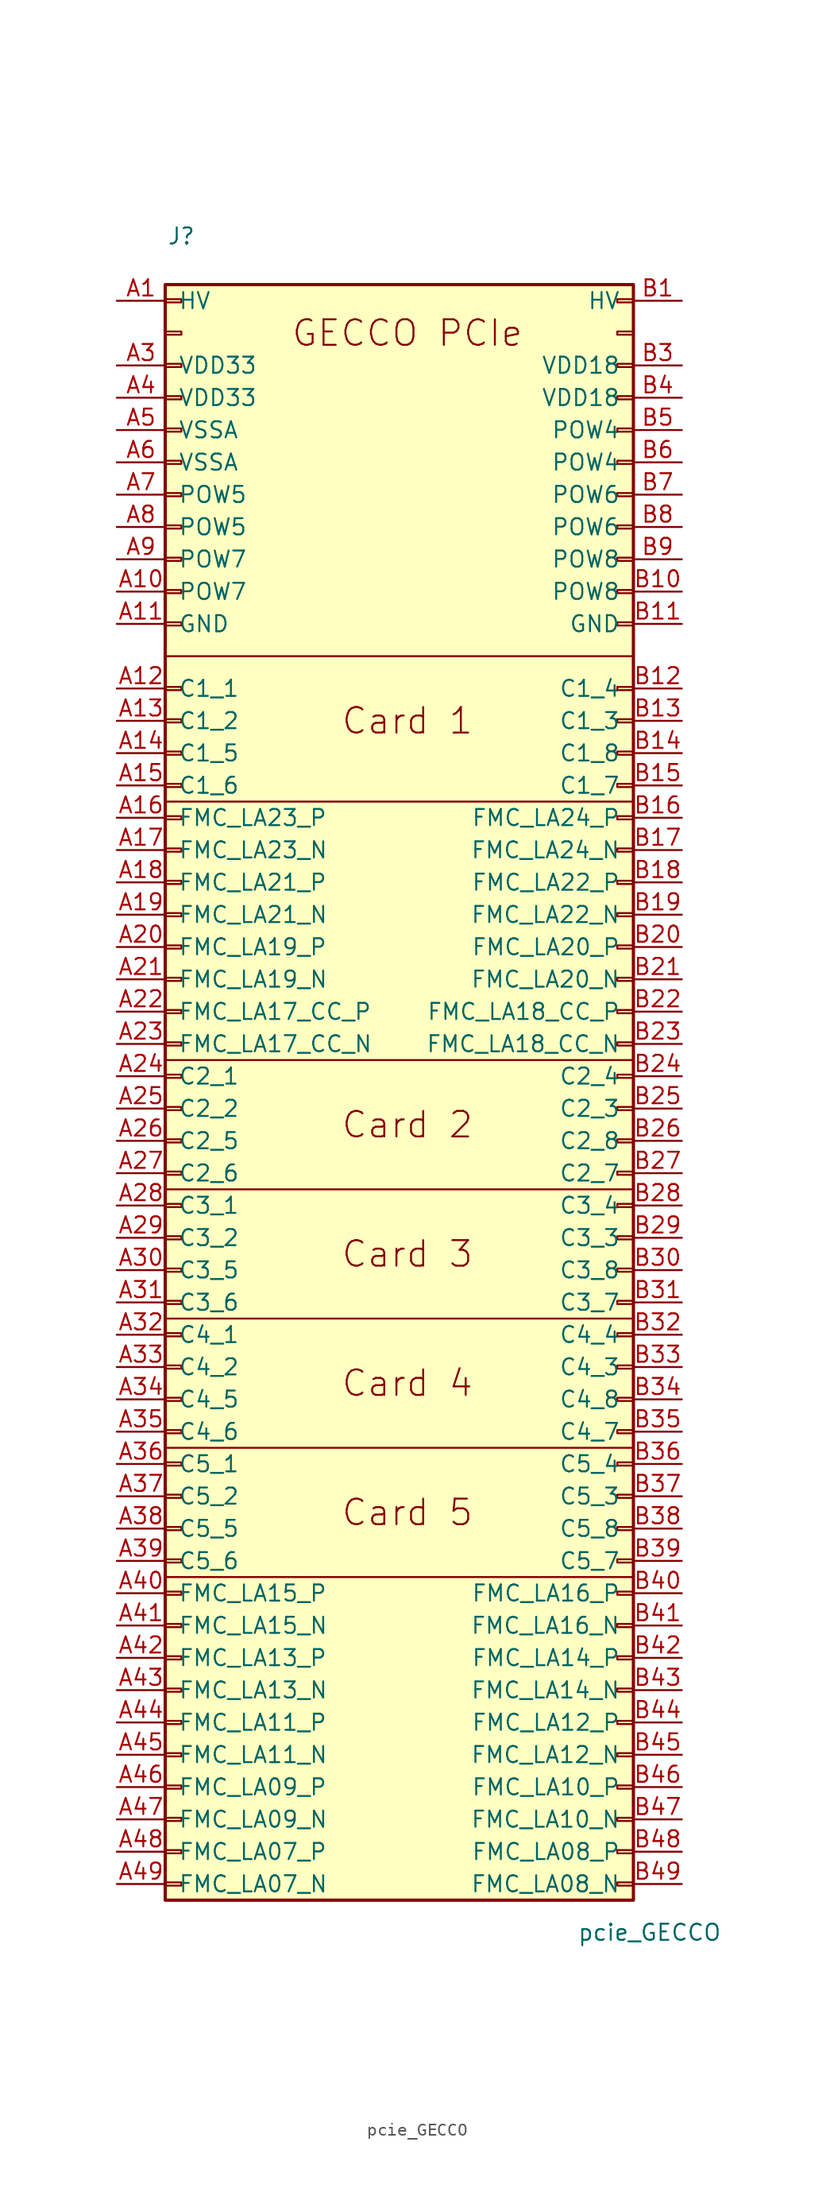
<source format=kicad_sym>
(kicad_symbol_lib
  (version 20231120)
  (generator "kicad_symbol_editor")
  (generator_version "8.0")
  (symbol "pcie_GECCO"
    (pin_names
      (offset 1.016))
    (property "Reference" "J"
      (at -17.78 62.23 0)
      (effects (font (size 1.27 1.27))))
    (property "Value" "pcie_GECCO"
      (at 19.05 -71.12 0)
      (effects (font (size 1.27 1.27))))
    (symbol "pcie_GECCO_0_0"
      (text "Card 1" (at 0 24.13 0) (effects (font (size 2.007 2.007)))))
    (symbol "pcie_GECCO_0_1"
      (polyline (pts (xy -19.05 -43.18) (xy 17.78 -43.18)) (stroke (width 0) (type default)) (fill (type none)))
      (polyline (pts (xy -19.05 -33.02) (xy 17.78 -33.02)) (stroke (width 0) (type default)) (fill (type none)))
      (polyline (pts (xy -19.05 -22.86) (xy 17.78 -22.86)) (stroke (width 0) (type default)) (fill (type none)))
      (polyline (pts (xy -19.05 -12.7) (xy 17.78 -12.7)) (stroke (width 0) (type default)) (fill (type none)))
      (polyline (pts (xy -19.05 -2.54) (xy 17.78 -2.54)) (stroke (width 0) (type default)) (fill (type none)))
      (polyline (pts (xy -19.05 17.78) (xy 17.78 17.78)) (stroke (width 0) (type default)) (fill (type none)))
      (polyline (pts (xy -19.05 29.21) (xy 17.78 29.21)) (stroke (width 0) (type default)) (fill (type none))))
    (symbol "pcie_GECCO_1_1"
      (rectangle (start -19.05 -67.183) (end -17.78 -67.437) (stroke (width 0.152) (type default)) (fill (type none)))
      (rectangle (start -19.05 -64.643) (end -17.78 -64.897) (stroke (width 0.152) (type default)) (fill (type none)))
      (rectangle (start -19.05 -62.103) (end -17.78 -62.357) (stroke (width 0.152) (type default)) (fill (type none)))
      (rectangle (start -19.05 -59.563) (end -17.78 -59.817) (stroke (width 0.152) (type default)) (fill (type none)))
      (rectangle (start -19.05 -57.023) (end -17.78 -57.277) (stroke (width 0.152) (type default)) (fill (type none)))
      (rectangle (start -19.05 -54.483) (end -17.78 -54.737) (stroke (width 0.152) (type default)) (fill (type none)))
      (rectangle (start -19.05 -51.943) (end -17.78 -52.197) (stroke (width 0.152) (type default)) (fill (type none)))
      (rectangle (start -19.05 -49.403) (end -17.78 -49.657) (stroke (width 0.152) (type default)) (fill (type none)))
      (rectangle (start -19.05 -46.863) (end -17.78 -47.117) (stroke (width 0.152) (type default)) (fill (type none)))
      (rectangle (start -19.05 -44.323) (end -17.78 -44.577) (stroke (width 0.152) (type default)) (fill (type none)))
      (rectangle (start -19.05 -41.783) (end -17.78 -42.037) (stroke (width 0.152) (type default)) (fill (type none)))
      (rectangle (start -19.05 -39.243) (end -17.78 -39.497) (stroke (width 0.152) (type default)) (fill (type none)))
      (rectangle (start -19.05 -36.703) (end -17.78 -36.957) (stroke (width 0.152) (type default)) (fill (type none)))
      (rectangle (start -19.05 -34.163) (end -17.78 -34.417) (stroke (width 0.152) (type default)) (fill (type none)))
      (rectangle (start -19.05 -31.623) (end -17.78 -31.877) (stroke (width 0.152) (type default)) (fill (type none)))
      (rectangle (start -19.05 -29.083) (end -17.78 -29.337) (stroke (width 0.152) (type default)) (fill (type none)))
      (rectangle (start -19.05 -26.543) (end -17.78 -26.797) (stroke (width 0.152) (type default)) (fill (type none)))
      (rectangle (start -19.05 -24.003) (end -17.78 -24.257) (stroke (width 0.152) (type default)) (fill (type none)))
      (rectangle (start -19.05 -21.463) (end -17.78 -21.717) (stroke (width 0.152) (type default)) (fill (type none)))
      (rectangle (start -19.05 -18.923) (end -17.78 -19.177) (stroke (width 0.152) (type default)) (fill (type none)))
      (rectangle (start -19.05 -16.383) (end -17.78 -16.637) (stroke (width 0.152) (type default)) (fill (type none)))
      (rectangle (start -19.05 -13.843) (end -17.78 -14.097) (stroke (width 0.152) (type default)) (fill (type none)))
      (rectangle (start -19.05 -11.303) (end -17.78 -11.557) (stroke (width 0.152) (type default)) (fill (type none)))
      (rectangle (start -19.05 -8.763) (end -17.78 -9.017) (stroke (width 0.152) (type default)) (fill (type none)))
      (rectangle (start -19.05 -6.223) (end -17.78 -6.477) (stroke (width 0.152) (type default)) (fill (type none)))
      (rectangle (start -19.05 -3.683) (end -17.78 -3.937) (stroke (width 0.152) (type default)) (fill (type none)))
      (rectangle (start -19.05 -1.143) (end -17.78 -1.397) (stroke (width 0.152) (type default)) (fill (type none)))
      (rectangle (start -19.05 1.397) (end -17.78 1.143) (stroke (width 0.152) (type default)) (fill (type none)))
      (rectangle (start -19.05 3.937) (end -17.78 3.683) (stroke (width 0.152) (type default)) (fill (type none)))
      (rectangle (start -19.05 6.477) (end -17.78 6.223) (stroke (width 0.152) (type default)) (fill (type none)))
      (rectangle (start -19.05 9.017) (end -17.78 8.763) (stroke (width 0.152) (type default)) (fill (type none)))
      (rectangle (start -19.05 11.557) (end -17.78 11.303) (stroke (width 0.152) (type default)) (fill (type none)))
      (rectangle (start -19.05 14.097) (end -17.78 13.843) (stroke (width 0.152) (type default)) (fill (type none)))
      (rectangle (start -19.05 16.637) (end -17.78 16.383) (stroke (width 0.152) (type default)) (fill (type none)))
      (rectangle (start -19.05 19.177) (end -17.78 18.923) (stroke (width 0.152) (type default)) (fill (type none)))
      (rectangle (start -19.05 21.717) (end -17.78 21.463) (stroke (width 0.152) (type default)) (fill (type none)))
      (rectangle (start -19.05 24.257) (end -17.78 24.003) (stroke (width 0.152) (type default)) (fill (type none)))
      (rectangle (start -19.05 26.797) (end -17.78 26.543) (stroke (width 0.152) (type default)) (fill (type none)))
      (rectangle (start -19.05 31.877) (end -17.78 31.623) (stroke (width 0.152) (type default)) (fill (type none)))
      (rectangle (start -19.05 34.417) (end -17.78 34.163) (stroke (width 0.152) (type default)) (fill (type none)))
      (rectangle (start -19.05 36.957) (end -17.78 36.703) (stroke (width 0.152) (type default)) (fill (type none)))
      (rectangle (start -19.05 39.497) (end -17.78 39.243) (stroke (width 0.152) (type default)) (fill (type none)))
      (rectangle (start -19.05 42.037) (end -17.78 41.783) (stroke (width 0.152) (type default)) (fill (type none)))
      (rectangle (start -19.05 44.577) (end -17.78 44.323) (stroke (width 0.152) (type default)) (fill (type none)))
      (rectangle (start -19.05 47.117) (end -17.78 46.863) (stroke (width 0.152) (type default)) (fill (type none)))
      (rectangle (start -19.05 49.657) (end -17.78 49.403) (stroke (width 0.152) (type default)) (fill (type none)))
      (rectangle (start -19.05 52.197) (end -17.78 51.943) (stroke (width 0.152) (type default)) (fill (type none)))
      (rectangle (start -19.05 54.737) (end -17.78 54.483) (stroke (width 0.152) (type default)) (fill (type none)))
      (rectangle (start -19.05 57.277) (end -17.78 57.023) (stroke (width 0.152) (type default)) (fill (type none)))
      (rectangle (start -19.05 58.42) (end 17.78 -68.58) (stroke (width 0.254) (type default)) (fill (type background)))
      (rectangle (start 17.78 -67.183) (end 16.51 -67.437) (stroke (width 0.152) (type default)) (fill (type none)))
      (rectangle (start 17.78 -64.643) (end 16.51 -64.897) (stroke (width 0.152) (type default)) (fill (type none)))
      (rectangle (start 17.78 -62.103) (end 16.51 -62.357) (stroke (width 0.152) (type default)) (fill (type none)))
      (rectangle (start 17.78 -59.563) (end 16.51 -59.817) (stroke (width 0.152) (type default)) (fill (type none)))
      (rectangle (start 17.78 -57.023) (end 16.51 -57.277) (stroke (width 0.152) (type default)) (fill (type none)))
      (rectangle (start 17.78 -54.483) (end 16.51 -54.737) (stroke (width 0.152) (type default)) (fill (type none)))
      (rectangle (start 17.78 -51.943) (end 16.51 -52.197) (stroke (width 0.152) (type default)) (fill (type none)))
      (rectangle (start 17.78 -49.403) (end 16.51 -49.657) (stroke (width 0.152) (type default)) (fill (type none)))
      (rectangle (start 17.78 -46.863) (end 16.51 -47.117) (stroke (width 0.152) (type default)) (fill (type none)))
      (rectangle (start 17.78 -44.323) (end 16.51 -44.577) (stroke (width 0.152) (type default)) (fill (type none)))
      (rectangle (start 17.78 -41.783) (end 16.51 -42.037) (stroke (width 0.152) (type default)) (fill (type none)))
      (rectangle (start 17.78 -39.243) (end 16.51 -39.497) (stroke (width 0.152) (type default)) (fill (type none)))
      (rectangle (start 17.78 -36.703) (end 16.51 -36.957) (stroke (width 0.152) (type default)) (fill (type none)))
      (rectangle (start 17.78 -34.163) (end 16.51 -34.417) (stroke (width 0.152) (type default)) (fill (type none)))
      (rectangle (start 17.78 -31.623) (end 16.51 -31.877) (stroke (width 0.152) (type default)) (fill (type none)))
      (rectangle (start 17.78 -29.083) (end 16.51 -29.337) (stroke (width 0.152) (type default)) (fill (type none)))
      (rectangle (start 17.78 -26.543) (end 16.51 -26.797) (stroke (width 0.152) (type default)) (fill (type none)))
      (rectangle (start 17.78 -24.003) (end 16.51 -24.257) (stroke (width 0.152) (type default)) (fill (type none)))
      (rectangle (start 17.78 -21.463) (end 16.51 -21.717) (stroke (width 0.152) (type default)) (fill (type none)))
      (rectangle (start 17.78 -18.923) (end 16.51 -19.177) (stroke (width 0.152) (type default)) (fill (type none)))
      (rectangle (start 17.78 -16.383) (end 16.51 -16.637) (stroke (width 0.152) (type default)) (fill (type none)))
      (rectangle (start 17.78 -13.843) (end 16.51 -14.097) (stroke (width 0.152) (type default)) (fill (type none)))
      (rectangle (start 17.78 -11.303) (end 16.51 -11.557) (stroke (width 0.152) (type default)) (fill (type none)))
      (rectangle (start 17.78 -8.763) (end 16.51 -9.017) (stroke (width 0.152) (type default)) (fill (type none)))
      (rectangle (start 17.78 -6.223) (end 16.51 -6.477) (stroke (width 0.152) (type default)) (fill (type none)))
      (rectangle (start 17.78 -3.683) (end 16.51 -3.937) (stroke (width 0.152) (type default)) (fill (type none)))
      (rectangle (start 17.78 -1.143) (end 16.51 -1.397) (stroke (width 0.152) (type default)) (fill (type none)))
      (rectangle (start 17.78 1.397) (end 16.51 1.143) (stroke (width 0.152) (type default)) (fill (type none)))
      (rectangle (start 17.78 3.937) (end 16.51 3.683) (stroke (width 0.152) (type default)) (fill (type none)))
      (rectangle (start 17.78 6.477) (end 16.51 6.223) (stroke (width 0.152) (type default)) (fill (type none)))
      (rectangle (start 17.78 9.017) (end 16.51 8.763) (stroke (width 0.152) (type default)) (fill (type none)))
      (rectangle (start 17.78 11.557) (end 16.51 11.303) (stroke (width 0.152) (type default)) (fill (type none)))
      (rectangle (start 17.78 14.097) (end 16.51 13.843) (stroke (width 0.152) (type default)) (fill (type none)))
      (rectangle (start 17.78 16.637) (end 16.51 16.383) (stroke (width 0.152) (type default)) (fill (type none)))
      (rectangle (start 17.78 19.177) (end 16.51 18.923) (stroke (width 0.152) (type default)) (fill (type none)))
      (rectangle (start 17.78 21.717) (end 16.51 21.463) (stroke (width 0.152) (type default)) (fill (type none)))
      (rectangle (start 17.78 24.257) (end 16.51 24.003) (stroke (width 0.152) (type default)) (fill (type none)))
      (rectangle (start 17.78 26.797) (end 16.51 26.543) (stroke (width 0.152) (type default)) (fill (type none)))
      (rectangle (start 17.78 31.877) (end 16.51 31.623) (stroke (width 0.152) (type default)) (fill (type none)))
      (rectangle (start 17.78 34.417) (end 16.51 34.163) (stroke (width 0.152) (type default)) (fill (type none)))
      (rectangle (start 17.78 36.957) (end 16.51 36.703) (stroke (width 0.152) (type default)) (fill (type none)))
      (rectangle (start 17.78 39.497) (end 16.51 39.243) (stroke (width 0.152) (type default)) (fill (type none)))
      (rectangle (start 17.78 42.037) (end 16.51 41.783) (stroke (width 0.152) (type default)) (fill (type none)))
      (rectangle (start 17.78 44.577) (end 16.51 44.323) (stroke (width 0.152) (type default)) (fill (type none)))
      (rectangle (start 17.78 47.117) (end 16.51 46.863) (stroke (width 0.152) (type default)) (fill (type none)))
      (rectangle (start 17.78 49.657) (end 16.51 49.403) (stroke (width 0.152) (type default)) (fill (type none)))
      (rectangle (start 17.78 52.197) (end 16.51 51.943) (stroke (width 0.152) (type default)) (fill (type none)))
      (rectangle (start 17.78 54.737) (end 16.51 54.483) (stroke (width 0.152) (type default)) (fill (type none)))
      (rectangle (start 17.78 57.277) (end 16.51 57.023) (stroke (width 0.152) (type default)) (fill (type none)))
      (text "Card 2" (at 0 -7.62 0) (effects (font (size 2.007 2.007))))
      (text "Card 3" (at 0 -17.78 0) (effects (font (size 2.007 2.007))))
      (text "Card 4" (at 0 -27.94 0) (effects (font (size 2.007 2.007))))
      (text "Card 5" (at 0 -38.1 0) (effects (font (size 2.007 2.007))))
      (text "GECCO PCIe" (at 0 54.61 0) (effects (font (size 2.007 2.007))))
      (pin passive line (at -22.86 57.15 0) (length 3.81) (name "HV" (effects (font (size 1.27 1.27)))) (number "A1" (effects (font (size 1.27 1.27)))))
      (pin passive line (at -22.86 34.29 0) (length 3.81) (name "POW7" (effects (font (size 1.27 1.27)))) (number "A10" (effects (font (size 1.27 1.27)))))
      (pin passive line (at -22.86 31.75 0) (length 3.81) (name "GND" (effects (font (size 1.27 1.27)))) (number "A11" (effects (font (size 1.27 1.27)))))
      (pin passive line (at -22.86 26.67 0) (length 3.81) (name "C1_1" (effects (font (size 1.27 1.27)))) (number "A12" (effects (font (size 1.27 1.27)))))
      (pin passive line (at -22.86 24.13 0) (length 3.81) (name "C1_2" (effects (font (size 1.27 1.27)))) (number "A13" (effects (font (size 1.27 1.27)))))
      (pin passive line (at -22.86 21.59 0) (length 3.81) (name "C1_5" (effects (font (size 1.27 1.27)))) (number "A14" (effects (font (size 1.27 1.27)))))
      (pin passive line (at -22.86 19.05 0) (length 3.81) (name "C1_6" (effects (font (size 1.27 1.27)))) (number "A15" (effects (font (size 1.27 1.27)))))
      (pin passive line (at -22.86 16.51 0) (length 3.81) (name "FMC_LA23_P" (effects (font (size 1.27 1.27)))) (number "A16" (effects (font (size 1.27 1.27)))))
      (pin passive line (at -22.86 13.97 0) (length 3.81) (name "FMC_LA23_N" (effects (font (size 1.27 1.27)))) (number "A17" (effects (font (size 1.27 1.27)))))
      (pin passive line (at -22.86 11.43 0) (length 3.81) (name "FMC_LA21_P" (effects (font (size 1.27 1.27)))) (number "A18" (effects (font (size 1.27 1.27)))))
      (pin passive line (at -22.86 8.89 0) (length 3.81) (name "FMC_LA21_N" (effects (font (size 1.27 1.27)))) (number "A19" (effects (font (size 1.27 1.27)))))
      (pin passive line (at -22.86 6.35 0) (length 3.81) (name "FMC_LA19_P" (effects (font (size 1.27 1.27)))) (number "A20" (effects (font (size 1.27 1.27)))))
      (pin passive line (at -22.86 3.81 0) (length 3.81) (name "FMC_LA19_N" (effects (font (size 1.27 1.27)))) (number "A21" (effects (font (size 1.27 1.27)))))
      (pin passive line (at -22.86 1.27 0) (length 3.81) (name "FMC_LA17_CC_P" (effects (font (size 1.27 1.27)))) (number "A22" (effects (font (size 1.27 1.27)))))
      (pin passive line (at -22.86 -1.27 0) (length 3.81) (name "FMC_LA17_CC_N" (effects (font (size 1.27 1.27)))) (number "A23" (effects (font (size 1.27 1.27)))))
      (pin passive line (at -22.86 -3.81 0) (length 3.81) (name "C2_1" (effects (font (size 1.27 1.27)))) (number "A24" (effects (font (size 1.27 1.27)))))
      (pin passive line (at -22.86 -6.35 0) (length 3.81) (name "C2_2" (effects (font (size 1.27 1.27)))) (number "A25" (effects (font (size 1.27 1.27)))))
      (pin passive line (at -22.86 -8.89 0) (length 3.81) (name "C2_5" (effects (font (size 1.27 1.27)))) (number "A26" (effects (font (size 1.27 1.27)))))
      (pin passive line (at -22.86 -11.43 0) (length 3.81) (name "C2_6" (effects (font (size 1.27 1.27)))) (number "A27" (effects (font (size 1.27 1.27)))))
      (pin passive line (at -22.86 -13.97 0) (length 3.81) (name "C3_1" (effects (font (size 1.27 1.27)))) (number "A28" (effects (font (size 1.27 1.27)))))
      (pin passive line (at -22.86 -16.51 0) (length 3.81) (name "C3_2" (effects (font (size 1.27 1.27)))) (number "A29" (effects (font (size 1.27 1.27)))))
      (pin passive line (at -22.86 52.07 0) (length 3.81) (name "VDD33" (effects (font (size 1.27 1.27)))) (number "A3" (effects (font (size 1.27 1.27)))))
      (pin passive line (at -22.86 -19.05 0) (length 3.81) (name "C3_5" (effects (font (size 1.27 1.27)))) (number "A30" (effects (font (size 1.27 1.27)))))
      (pin passive line (at -22.86 -21.59 0) (length 3.81) (name "C3_6" (effects (font (size 1.27 1.27)))) (number "A31" (effects (font (size 1.27 1.27)))))
      (pin passive line (at -22.86 -24.13 0) (length 3.81) (name "C4_1" (effects (font (size 1.27 1.27)))) (number "A32" (effects (font (size 1.27 1.27)))))
      (pin passive line (at -22.86 -26.67 0) (length 3.81) (name "C4_2" (effects (font (size 1.27 1.27)))) (number "A33" (effects (font (size 1.27 1.27)))))
      (pin passive line (at -22.86 -29.21 0) (length 3.81) (name "C4_5" (effects (font (size 1.27 1.27)))) (number "A34" (effects (font (size 1.27 1.27)))))
      (pin passive line (at -22.86 -31.75 0) (length 3.81) (name "C4_6" (effects (font (size 1.27 1.27)))) (number "A35" (effects (font (size 1.27 1.27)))))
      (pin passive line (at -22.86 -34.29 0) (length 3.81) (name "C5_1" (effects (font (size 1.27 1.27)))) (number "A36" (effects (font (size 1.27 1.27)))))
      (pin passive line (at -22.86 -36.83 0) (length 3.81) (name "C5_2" (effects (font (size 1.27 1.27)))) (number "A37" (effects (font (size 1.27 1.27)))))
      (pin passive line (at -22.86 -39.37 0) (length 3.81) (name "C5_5" (effects (font (size 1.27 1.27)))) (number "A38" (effects (font (size 1.27 1.27)))))
      (pin passive line (at -22.86 -41.91 0) (length 3.81) (name "C5_6" (effects (font (size 1.27 1.27)))) (number "A39" (effects (font (size 1.27 1.27)))))
      (pin passive line (at -22.86 49.53 0) (length 3.81) (name "VDD33" (effects (font (size 1.27 1.27)))) (number "A4" (effects (font (size 1.27 1.27)))))
      (pin passive line (at -22.86 -44.45 0) (length 3.81) (name "FMC_LA15_P" (effects (font (size 1.27 1.27)))) (number "A40" (effects (font (size 1.27 1.27)))))
      (pin passive line (at -22.86 -46.99 0) (length 3.81) (name "FMC_LA15_N" (effects (font (size 1.27 1.27)))) (number "A41" (effects (font (size 1.27 1.27)))))
      (pin passive line (at -22.86 -49.53 0) (length 3.81) (name "FMC_LA13_P" (effects (font (size 1.27 1.27)))) (number "A42" (effects (font (size 1.27 1.27)))))
      (pin passive line (at -22.86 -52.07 0) (length 3.81) (name "FMC_LA13_N" (effects (font (size 1.27 1.27)))) (number "A43" (effects (font (size 1.27 1.27)))))
      (pin passive line (at -22.86 -54.61 0) (length 3.81) (name "FMC_LA11_P" (effects (font (size 1.27 1.27)))) (number "A44" (effects (font (size 1.27 1.27)))))
      (pin passive line (at -22.86 -57.15 0) (length 3.81) (name "FMC_LA11_N" (effects (font (size 1.27 1.27)))) (number "A45" (effects (font (size 1.27 1.27)))))
      (pin passive line (at -22.86 -59.69 0) (length 3.81) (name "FMC_LA09_P" (effects (font (size 1.27 1.27)))) (number "A46" (effects (font (size 1.27 1.27)))))
      (pin passive line (at -22.86 -62.23 0) (length 3.81) (name "FMC_LA09_N" (effects (font (size 1.27 1.27)))) (number "A47" (effects (font (size 1.27 1.27)))))
      (pin passive line (at -22.86 -64.77 0) (length 3.81) (name "FMC_LA07_P" (effects (font (size 1.27 1.27)))) (number "A48" (effects (font (size 1.27 1.27)))))
      (pin passive line (at -22.86 -67.31 0) (length 3.81) (name "FMC_LA07_N" (effects (font (size 1.27 1.27)))) (number "A49" (effects (font (size 1.27 1.27)))))
      (pin passive line (at -22.86 46.99 0) (length 3.81) (name "VSSA" (effects (font (size 1.27 1.27)))) (number "A5" (effects (font (size 1.27 1.27)))))
      (pin passive line (at -22.86 44.45 0) (length 3.81) (name "VSSA" (effects (font (size 1.27 1.27)))) (number "A6" (effects (font (size 1.27 1.27)))))
      (pin passive line (at -22.86 41.91 0) (length 3.81) (name "POW5" (effects (font (size 1.27 1.27)))) (number "A7" (effects (font (size 1.27 1.27)))))
      (pin passive line (at -22.86 39.37 0) (length 3.81) (name "POW5" (effects (font (size 1.27 1.27)))) (number "A8" (effects (font (size 1.27 1.27)))))
      (pin passive line (at -22.86 36.83 0) (length 3.81) (name "POW7" (effects (font (size 1.27 1.27)))) (number "A9" (effects (font (size 1.27 1.27)))))
      (pin passive line (at 21.59 57.15 180) (length 3.81) (name "HV" (effects (font (size 1.27 1.27)))) (number "B1" (effects (font (size 1.27 1.27)))))
      (pin passive line (at 21.59 34.29 180) (length 3.81) (name "POW8" (effects (font (size 1.27 1.27)))) (number "B10" (effects (font (size 1.27 1.27)))))
      (pin passive line (at 21.59 31.75 180) (length 3.81) (name "GND" (effects (font (size 1.27 1.27)))) (number "B11" (effects (font (size 1.27 1.27)))))
      (pin passive line (at 21.59 26.67 180) (length 3.81) (name "C1_4" (effects (font (size 1.27 1.27)))) (number "B12" (effects (font (size 1.27 1.27)))))
      (pin passive line (at 21.59 24.13 180) (length 3.81) (name "C1_3" (effects (font (size 1.27 1.27)))) (number "B13" (effects (font (size 1.27 1.27)))))
      (pin passive line (at 21.59 21.59 180) (length 3.81) (name "C1_8" (effects (font (size 1.27 1.27)))) (number "B14" (effects (font (size 1.27 1.27)))))
      (pin passive line (at 21.59 19.05 180) (length 3.81) (name "C1_7" (effects (font (size 1.27 1.27)))) (number "B15" (effects (font (size 1.27 1.27)))))
      (pin passive line (at 21.59 16.51 180) (length 3.81) (name "FMC_LA24_P" (effects (font (size 1.27 1.27)))) (number "B16" (effects (font (size 1.27 1.27)))))
      (pin passive line (at 21.59 13.97 180) (length 3.81) (name "FMC_LA24_N" (effects (font (size 1.27 1.27)))) (number "B17" (effects (font (size 1.27 1.27)))))
      (pin passive line (at 21.59 11.43 180) (length 3.81) (name "FMC_LA22_P" (effects (font (size 1.27 1.27)))) (number "B18" (effects (font (size 1.27 1.27)))))
      (pin passive line (at 21.59 8.89 180) (length 3.81) (name "FMC_LA22_N" (effects (font (size 1.27 1.27)))) (number "B19" (effects (font (size 1.27 1.27)))))
      (pin passive line (at 21.59 6.35 180) (length 3.81) (name "FMC_LA20_P" (effects (font (size 1.27 1.27)))) (number "B20" (effects (font (size 1.27 1.27)))))
      (pin passive line (at 21.59 3.81 180) (length 3.81) (name "FMC_LA20_N" (effects (font (size 1.27 1.27)))) (number "B21" (effects (font (size 1.27 1.27)))))
      (pin passive line (at 21.59 1.27 180) (length 3.81) (name "FMC_LA18_CC_P" (effects (font (size 1.27 1.27)))) (number "B22" (effects (font (size 1.27 1.27)))))
      (pin passive line (at 21.59 -1.27 180) (length 3.81) (name "FMC_LA18_CC_N" (effects (font (size 1.27 1.27)))) (number "B23" (effects (font (size 1.27 1.27)))))
      (pin passive line (at 21.59 -3.81 180) (length 3.81) (name "C2_4" (effects (font (size 1.27 1.27)))) (number "B24" (effects (font (size 1.27 1.27)))))
      (pin passive line (at 21.59 -6.35 180) (length 3.81) (name "C2_3" (effects (font (size 1.27 1.27)))) (number "B25" (effects (font (size 1.27 1.27)))))
      (pin passive line (at 21.59 -8.89 180) (length 3.81) (name "C2_8" (effects (font (size 1.27 1.27)))) (number "B26" (effects (font (size 1.27 1.27)))))
      (pin passive line (at 21.59 -11.43 180) (length 3.81) (name "C2_7" (effects (font (size 1.27 1.27)))) (number "B27" (effects (font (size 1.27 1.27)))))
      (pin passive line (at 21.59 -13.97 180) (length 3.81) (name "C3_4" (effects (font (size 1.27 1.27)))) (number "B28" (effects (font (size 1.27 1.27)))))
      (pin passive line (at 21.59 -16.51 180) (length 3.81) (name "C3_3" (effects (font (size 1.27 1.27)))) (number "B29" (effects (font (size 1.27 1.27)))))
      (pin passive line (at 21.59 52.07 180) (length 3.81) (name "VDD18" (effects (font (size 1.27 1.27)))) (number "B3" (effects (font (size 1.27 1.27)))))
      (pin passive line (at 21.59 -19.05 180) (length 3.81) (name "C3_8" (effects (font (size 1.27 1.27)))) (number "B30" (effects (font (size 1.27 1.27)))))
      (pin passive line (at 21.59 -21.59 180) (length 3.81) (name "C3_7" (effects (font (size 1.27 1.27)))) (number "B31" (effects (font (size 1.27 1.27)))))
      (pin passive line (at 21.59 -24.13 180) (length 3.81) (name "C4_4" (effects (font (size 1.27 1.27)))) (number "B32" (effects (font (size 1.27 1.27)))))
      (pin passive line (at 21.59 -26.67 180) (length 3.81) (name "C4_3" (effects (font (size 1.27 1.27)))) (number "B33" (effects (font (size 1.27 1.27)))))
      (pin passive line (at 21.59 -29.21 180) (length 3.81) (name "C4_8" (effects (font (size 1.27 1.27)))) (number "B34" (effects (font (size 1.27 1.27)))))
      (pin passive line (at 21.59 -31.75 180) (length 3.81) (name "C4_7" (effects (font (size 1.27 1.27)))) (number "B35" (effects (font (size 1.27 1.27)))))
      (pin passive line (at 21.59 -34.29 180) (length 3.81) (name "C5_4" (effects (font (size 1.27 1.27)))) (number "B36" (effects (font (size 1.27 1.27)))))
      (pin passive line (at 21.59 -36.83 180) (length 3.81) (name "C5_3" (effects (font (size 1.27 1.27)))) (number "B37" (effects (font (size 1.27 1.27)))))
      (pin passive line (at 21.59 -39.37 180) (length 3.81) (name "C5_8" (effects (font (size 1.27 1.27)))) (number "B38" (effects (font (size 1.27 1.27)))))
      (pin passive line (at 21.59 -41.91 180) (length 3.81) (name "C5_7" (effects (font (size 1.27 1.27)))) (number "B39" (effects (font (size 1.27 1.27)))))
      (pin passive line (at 21.59 49.53 180) (length 3.81) (name "VDD18" (effects (font (size 1.27 1.27)))) (number "B4" (effects (font (size 1.27 1.27)))))
      (pin passive line (at 21.59 -44.45 180) (length 3.81) (name "FMC_LA16_P" (effects (font (size 1.27 1.27)))) (number "B40" (effects (font (size 1.27 1.27)))))
      (pin passive line (at 21.59 -46.99 180) (length 3.81) (name "FMC_LA16_N" (effects (font (size 1.27 1.27)))) (number "B41" (effects (font (size 1.27 1.27)))))
      (pin passive line (at 21.59 -49.53 180) (length 3.81) (name "FMC_LA14_P" (effects (font (size 1.27 1.27)))) (number "B42" (effects (font (size 1.27 1.27)))))
      (pin passive line (at 21.59 -52.07 180) (length 3.81) (name "FMC_LA14_N" (effects (font (size 1.27 1.27)))) (number "B43" (effects (font (size 1.27 1.27)))))
      (pin passive line (at 21.59 -54.61 180) (length 3.81) (name "FMC_LA12_P" (effects (font (size 1.27 1.27)))) (number "B44" (effects (font (size 1.27 1.27)))))
      (pin passive line (at 21.59 -57.15 180) (length 3.81) (name "FMC_LA12_N" (effects (font (size 1.27 1.27)))) (number "B45" (effects (font (size 1.27 1.27)))))
      (pin passive line (at 21.59 -59.69 180) (length 3.81) (name "FMC_LA10_P" (effects (font (size 1.27 1.27)))) (number "B46" (effects (font (size 1.27 1.27)))))
      (pin passive line (at 21.59 -62.23 180) (length 3.81) (name "FMC_LA10_N" (effects (font (size 1.27 1.27)))) (number "B47" (effects (font (size 1.27 1.27)))))
      (pin passive line (at 21.59 -64.77 180) (length 3.81) (name "FMC_LA08_P" (effects (font (size 1.27 1.27)))) (number "B48" (effects (font (size 1.27 1.27)))))
      (pin passive line (at 21.59 -67.31 180) (length 3.81) (name "FMC_LA08_N" (effects (font (size 1.27 1.27)))) (number "B49" (effects (font (size 1.27 1.27)))))
      (pin passive line (at 21.59 46.99 180) (length 3.81) (name "POW4" (effects (font (size 1.27 1.27)))) (number "B5" (effects (font (size 1.27 1.27)))))
      (pin passive line (at 21.59 44.45 180) (length 3.81) (name "POW4" (effects (font (size 1.27 1.27)))) (number "B6" (effects (font (size 1.27 1.27)))))
      (pin passive line (at 21.59 41.91 180) (length 3.81) (name "POW6" (effects (font (size 1.27 1.27)))) (number "B7" (effects (font (size 1.27 1.27)))))
      (pin passive line (at 21.59 39.37 180) (length 3.81) (name "POW6" (effects (font (size 1.27 1.27)))) (number "B8" (effects (font (size 1.27 1.27)))))
      (pin passive line (at 21.59 36.83 180) (length 3.81) (name "POW8" (effects (font (size 1.27 1.27)))) (number "B9" (effects (font (size 1.27 1.27))))))))
</source>
